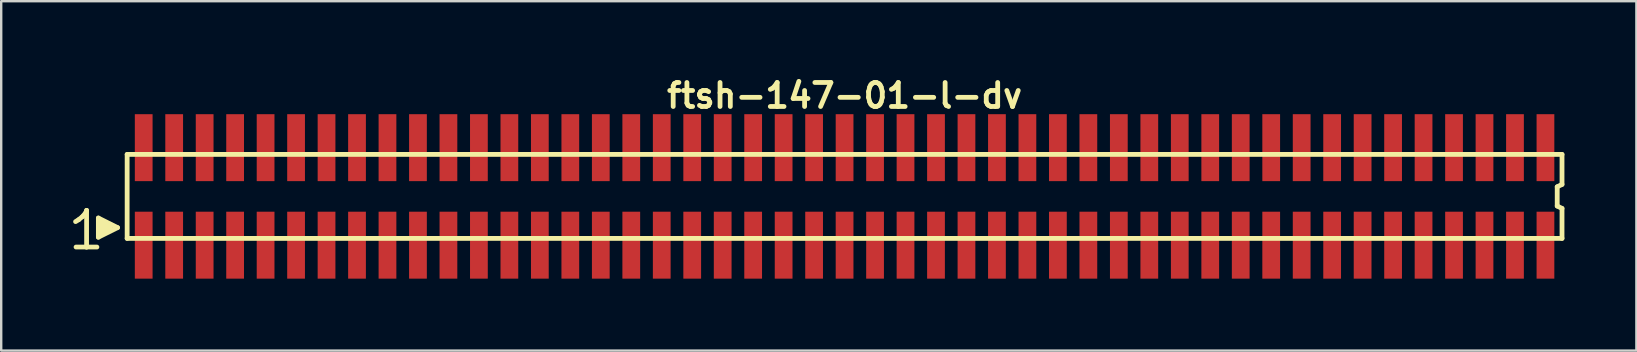
<source format=kicad_pcb>
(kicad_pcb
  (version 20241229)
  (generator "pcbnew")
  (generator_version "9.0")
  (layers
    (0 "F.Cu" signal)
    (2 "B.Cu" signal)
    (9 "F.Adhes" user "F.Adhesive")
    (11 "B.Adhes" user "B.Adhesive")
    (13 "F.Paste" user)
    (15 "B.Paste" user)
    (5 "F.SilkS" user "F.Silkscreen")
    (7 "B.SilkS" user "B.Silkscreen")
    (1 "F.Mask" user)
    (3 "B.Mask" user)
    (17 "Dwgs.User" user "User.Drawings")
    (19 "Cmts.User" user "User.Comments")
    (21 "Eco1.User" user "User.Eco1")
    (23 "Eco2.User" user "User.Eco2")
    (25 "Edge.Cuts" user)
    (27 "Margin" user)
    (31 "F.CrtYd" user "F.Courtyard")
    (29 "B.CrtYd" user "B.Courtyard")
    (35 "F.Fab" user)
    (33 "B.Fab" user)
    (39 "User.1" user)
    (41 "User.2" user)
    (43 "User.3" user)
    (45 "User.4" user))
  (footprint "ftsh-147-01-l-dv"
    (layer "F.Cu")
    (at 32.149 5.136)
    (property "Reference" "ftsh-147-01-l-dv" (at 0 -4.2 0) (layer "F.SilkS") (effects (font (size 1 1) (thickness 0.2))))
    (attr smd)
    (fp_line (start -32.05 1.05) (end -31.92 0.97) (stroke (width 0.198) (type solid)) (layer "F.SilkS"))
    (fp_line (start -31.92 0.97) (end -31.76 0.84) (stroke (width 0.198) (type solid)) (layer "F.SilkS"))
    (fp_line (start -31.76 0.84) (end -31.62 0.67) (stroke (width 0.198) (type solid)) (layer "F.SilkS"))
    (fp_line (start -31.62 0.67) (end -31.59 0.58) (stroke (width 0.198) (type solid)) (layer "F.SilkS"))
    (fp_line (start -31.59 0.58) (end -31.59 2.11) (stroke (width 0.198) (type solid)) (layer "F.SilkS"))
    (fp_line (start -31.59 2.11) (end -32.03 2.11) (stroke (width 0.198) (type solid)) (layer "F.SilkS"))
    (fp_line (start -31.16 2.11) (end -31.6 2.11) (stroke (width 0.198) (type solid)) (layer "F.SilkS"))
    (fp_line (start -31.1 0.9) (end -30.3 1.3) (stroke (width 0.198) (type solid)) (layer "F.SilkS"))
    (fp_line (start -31.1 1.7) (end -31.1 0.9) (stroke (width 0.198) (type solid)) (layer "F.SilkS"))
    (fp_line (start -31 1.6) (end -31 1) (stroke (width 0.198) (type solid)) (layer "F.SilkS"))
    (fp_line (start -30.9 1.1) (end -30.9 1.5) (stroke (width 0.198) (type solid)) (layer "F.SilkS"))
    (fp_line (start -30.8 1.5) (end -30.8 1.1) (stroke (width 0.198) (type solid)) (layer "F.SilkS"))
    (fp_line (start -30.7 1.2) (end -30.7 1.4) (stroke (width 0.198) (type solid)) (layer "F.SilkS"))
    (fp_line (start -30.6 1.4) (end -30.6 1.2) (stroke (width 0.198) (type solid)) (layer "F.SilkS"))
    (fp_line (start -30.3 1.3) (end -31.1 1.7) (stroke (width 0.198) (type solid)) (layer "F.SilkS"))
    (fp_line (start -29.9 -1.75) (end -29.9 1.75) (stroke (width 0.2) (type solid)) (layer "F.SilkS"))
    (fp_line (start -29.9 -1.75) (end 29.9 -1.75) (stroke (width 0.2) (type solid)) (layer "F.SilkS"))
    (fp_line (start -29.9 1.75) (end 29.9 1.75) (stroke (width 0.2) (type solid)) (layer "F.SilkS"))
    (fp_line (start 29.7 -0.4) (end 29.7 0.4) (stroke (width 0.2) (type solid)) (layer "F.SilkS"))
    (fp_line (start 29.7 0.4) (end 29.9 0.5) (stroke (width 0.2) (type solid)) (layer "F.SilkS"))
    (fp_line (start 29.9 -1.75) (end 29.9 -0.5) (stroke (width 0.2) (type solid)) (layer "F.SilkS"))
    (fp_line (start 29.9 -0.5) (end 29.7 -0.4) (stroke (width 0.2) (type solid)) (layer "F.SilkS"))
    (fp_line (start 29.9 0.5) (end 29.9 1.75) (stroke (width 0.2) (type solid)) (layer "F.SilkS"))
    (pad "1" smd rect (at -29.21 2.032) (size 0.74 2.79) (layers "F.Cu" "F.Mask" "F.Paste"))
    (pad "2" smd rect (at -29.21 -2.032) (size 0.74 2.79) (layers "F.Cu" "F.Mask" "F.Paste"))
    (pad "3" smd rect (at -27.94 2.032) (size 0.74 2.79) (layers "F.Cu" "F.Mask" "F.Paste"))
    (pad "4" smd rect (at -27.94 -2.032) (size 0.74 2.79) (layers "F.Cu" "F.Mask" "F.Paste"))
    (pad "5" smd rect (at -26.67 2.032) (size 0.74 2.79) (layers "F.Cu" "F.Mask" "F.Paste"))
    (pad "6" smd rect (at -26.67 -2.032) (size 0.74 2.79) (layers "F.Cu" "F.Mask" "F.Paste"))
    (pad "7" smd rect (at -25.4 2.032) (size 0.74 2.79) (layers "F.Cu" "F.Mask" "F.Paste"))
    (pad "8" smd rect (at -25.4 -2.032) (size 0.74 2.79) (layers "F.Cu" "F.Mask" "F.Paste"))
    (pad "9" smd rect (at -24.13 2.032) (size 0.74 2.79) (layers "F.Cu" "F.Mask" "F.Paste"))
    (pad "10" smd rect (at -24.13 -2.032) (size 0.74 2.79) (layers "F.Cu" "F.Mask" "F.Paste"))
    (pad "11" smd rect (at -22.86 2.032) (size 0.74 2.79) (layers "F.Cu" "F.Mask" "F.Paste"))
    (pad "12" smd rect (at -22.86 -2.032) (size 0.74 2.79) (layers "F.Cu" "F.Mask" "F.Paste"))
    (pad "13" smd rect (at -21.59 2.032) (size 0.74 2.79) (layers "F.Cu" "F.Mask" "F.Paste"))
    (pad "14" smd rect (at -21.59 -2.032) (size 0.74 2.79) (layers "F.Cu" "F.Mask" "F.Paste"))
    (pad "15" smd rect (at -20.32 2.032) (size 0.74 2.79) (layers "F.Cu" "F.Mask" "F.Paste"))
    (pad "16" smd rect (at -20.32 -2.032) (size 0.74 2.79) (layers "F.Cu" "F.Mask" "F.Paste"))
    (pad "17" smd rect (at -19.05 2.032) (size 0.74 2.79) (layers "F.Cu" "F.Mask" "F.Paste"))
    (pad "18" smd rect (at -19.05 -2.032) (size 0.74 2.79) (layers "F.Cu" "F.Mask" "F.Paste"))
    (pad "19" smd rect (at -17.78 2.032) (size 0.74 2.79) (layers "F.Cu" "F.Mask" "F.Paste"))
    (pad "20" smd rect (at -17.78 -2.032) (size 0.74 2.79) (layers "F.Cu" "F.Mask" "F.Paste"))
    (pad "21" smd rect (at -16.51 2.032) (size 0.74 2.79) (layers "F.Cu" "F.Mask" "F.Paste"))
    (pad "22" smd rect (at -16.51 -2.032) (size 0.74 2.79) (layers "F.Cu" "F.Mask" "F.Paste"))
    (pad "23" smd rect (at -15.24 2.032) (size 0.74 2.79) (layers "F.Cu" "F.Mask" "F.Paste"))
    (pad "24" smd rect (at -15.24 -2.032) (size 0.74 2.79) (layers "F.Cu" "F.Mask" "F.Paste"))
    (pad "25" smd rect (at -13.97 2.032) (size 0.74 2.79) (layers "F.Cu" "F.Mask" "F.Paste"))
    (pad "26" smd rect (at -13.97 -2.032) (size 0.74 2.79) (layers "F.Cu" "F.Mask" "F.Paste"))
    (pad "27" smd rect (at -12.7 2.032) (size 0.74 2.79) (layers "F.Cu" "F.Mask" "F.Paste"))
    (pad "28" smd rect (at -12.7 -2.032) (size 0.74 2.79) (layers "F.Cu" "F.Mask" "F.Paste"))
    (pad "29" smd rect (at -11.43 2.032) (size 0.74 2.79) (layers "F.Cu" "F.Mask" "F.Paste"))
    (pad "30" smd rect (at -11.43 -2.032) (size 0.74 2.79) (layers "F.Cu" "F.Mask" "F.Paste"))
    (pad "31" smd rect (at -10.16 2.032) (size 0.74 2.79) (layers "F.Cu" "F.Mask" "F.Paste"))
    (pad "32" smd rect (at -10.16 -2.032) (size 0.74 2.79) (layers "F.Cu" "F.Mask" "F.Paste"))
    (pad "33" smd rect (at -8.89 2.032) (size 0.74 2.79) (layers "F.Cu" "F.Mask" "F.Paste"))
    (pad "34" smd rect (at -8.89 -2.032) (size 0.74 2.79) (layers "F.Cu" "F.Mask" "F.Paste"))
    (pad "35" smd rect (at -7.62 2.032) (size 0.74 2.79) (layers "F.Cu" "F.Mask" "F.Paste"))
    (pad "36" smd rect (at -7.62 -2.032) (size 0.74 2.79) (layers "F.Cu" "F.Mask" "F.Paste"))
    (pad "37" smd rect (at -6.35 2.032) (size 0.74 2.79) (layers "F.Cu" "F.Mask" "F.Paste"))
    (pad "38" smd rect (at -6.35 -2.032) (size 0.74 2.79) (layers "F.Cu" "F.Mask" "F.Paste"))
    (pad "39" smd rect (at -5.08 2.032) (size 0.74 2.79) (layers "F.Cu" "F.Mask" "F.Paste"))
    (pad "40" smd rect (at -5.08 -2.032) (size 0.74 2.79) (layers "F.Cu" "F.Mask" "F.Paste"))
    (pad "41" smd rect (at -3.81 2.032) (size 0.74 2.79) (layers "F.Cu" "F.Mask" "F.Paste"))
    (pad "42" smd rect (at -3.81 -2.032) (size 0.74 2.79) (layers "F.Cu" "F.Mask" "F.Paste"))
    (pad "43" smd rect (at -2.54 2.032) (size 0.74 2.79) (layers "F.Cu" "F.Mask" "F.Paste"))
    (pad "44" smd rect (at -2.54 -2.032) (size 0.74 2.79) (layers "F.Cu" "F.Mask" "F.Paste"))
    (pad "45" smd rect (at -1.27 2.032) (size 0.74 2.79) (layers "F.Cu" "F.Mask" "F.Paste"))
    (pad "46" smd rect (at -1.27 -2.032) (size 0.74 2.79) (layers "F.Cu" "F.Mask" "F.Paste"))
    (pad "47" smd rect (at 0 2.032) (size 0.74 2.79) (layers "F.Cu" "F.Mask" "F.Paste"))
    (pad "48" smd rect (at 0 -2.032) (size 0.74 2.79) (layers "F.Cu" "F.Mask" "F.Paste"))
    (pad "49" smd rect (at 1.27 2.032) (size 0.74 2.79) (layers "F.Cu" "F.Mask" "F.Paste"))
    (pad "50" smd rect (at 1.27 -2.032) (size 0.74 2.79) (layers "F.Cu" "F.Mask" "F.Paste"))
    (pad "51" smd rect (at 2.54 2.032) (size 0.74 2.79) (layers "F.Cu" "F.Mask" "F.Paste"))
    (pad "52" smd rect (at 2.54 -2.032) (size 0.74 2.79) (layers "F.Cu" "F.Mask" "F.Paste"))
    (pad "53" smd rect (at 3.81 2.032) (size 0.74 2.79) (layers "F.Cu" "F.Mask" "F.Paste"))
    (pad "54" smd rect (at 3.81 -2.032) (size 0.74 2.79) (layers "F.Cu" "F.Mask" "F.Paste"))
    (pad "55" smd rect (at 5.08 2.032) (size 0.74 2.79) (layers "F.Cu" "F.Mask" "F.Paste"))
    (pad "56" smd rect (at 5.08 -2.032) (size 0.74 2.79) (layers "F.Cu" "F.Mask" "F.Paste"))
    (pad "57" smd rect (at 6.35 2.032) (size 0.74 2.79) (layers "F.Cu" "F.Mask" "F.Paste"))
    (pad "58" smd rect (at 6.35 -2.032) (size 0.74 2.79) (layers "F.Cu" "F.Mask" "F.Paste"))
    (pad "59" smd rect (at 7.62 2.032) (size 0.74 2.79) (layers "F.Cu" "F.Mask" "F.Paste"))
    (pad "60" smd rect (at 7.62 -2.032) (size 0.74 2.79) (layers "F.Cu" "F.Mask" "F.Paste"))
    (pad "61" smd rect (at 8.89 2.032) (size 0.74 2.79) (layers "F.Cu" "F.Mask" "F.Paste"))
    (pad "62" smd rect (at 8.89 -2.032) (size 0.74 2.79) (layers "F.Cu" "F.Mask" "F.Paste"))
    (pad "63" smd rect (at 10.16 2.032) (size 0.74 2.79) (layers "F.Cu" "F.Mask" "F.Paste"))
    (pad "64" smd rect (at 10.16 -2.032) (size 0.74 2.79) (layers "F.Cu" "F.Mask" "F.Paste"))
    (pad "65" smd rect (at 11.43 2.032) (size 0.74 2.79) (layers "F.Cu" "F.Mask" "F.Paste"))
    (pad "66" smd rect (at 11.43 -2.032) (size 0.74 2.79) (layers "F.Cu" "F.Mask" "F.Paste"))
    (pad "67" smd rect (at 12.7 2.032) (size 0.74 2.79) (layers "F.Cu" "F.Mask" "F.Paste"))
    (pad "68" smd rect (at 12.7 -2.032) (size 0.74 2.79) (layers "F.Cu" "F.Mask" "F.Paste"))
    (pad "69" smd rect (at 13.97 2.032) (size 0.74 2.79) (layers "F.Cu" "F.Mask" "F.Paste"))
    (pad "70" smd rect (at 13.97 -2.032) (size 0.74 2.79) (layers "F.Cu" "F.Mask" "F.Paste"))
    (pad "71" smd rect (at 15.24 2.032) (size 0.74 2.79) (layers "F.Cu" "F.Mask" "F.Paste"))
    (pad "72" smd rect (at 15.24 -2.032) (size 0.74 2.79) (layers "F.Cu" "F.Mask" "F.Paste"))
    (pad "73" smd rect (at 16.51 2.032) (size 0.74 2.79) (layers "F.Cu" "F.Mask" "F.Paste"))
    (pad "74" smd rect (at 16.51 -2.032) (size 0.74 2.79) (layers "F.Cu" "F.Mask" "F.Paste"))
    (pad "75" smd rect (at 17.78 2.032) (size 0.74 2.79) (layers "F.Cu" "F.Mask" "F.Paste"))
    (pad "76" smd rect (at 17.78 -2.032) (size 0.74 2.79) (layers "F.Cu" "F.Mask" "F.Paste"))
    (pad "77" smd rect (at 19.05 2.032) (size 0.74 2.79) (layers "F.Cu" "F.Mask" "F.Paste"))
    (pad "78" smd rect (at 19.05 -2.032) (size 0.74 2.79) (layers "F.Cu" "F.Mask" "F.Paste"))
    (pad "79" smd rect (at 20.32 2.032) (size 0.74 2.79) (layers "F.Cu" "F.Mask" "F.Paste"))
    (pad "80" smd rect (at 20.32 -2.032) (size 0.74 2.79) (layers "F.Cu" "F.Mask" "F.Paste"))
    (pad "81" smd rect (at 21.59 2.032) (size 0.74 2.79) (layers "F.Cu" "F.Mask" "F.Paste"))
    (pad "82" smd rect (at 21.59 -2.032) (size 0.74 2.79) (layers "F.Cu" "F.Mask" "F.Paste"))
    (pad "83" smd rect (at 22.86 2.032) (size 0.74 2.79) (layers "F.Cu" "F.Mask" "F.Paste"))
    (pad "84" smd rect (at 22.86 -2.032) (size 0.74 2.79) (layers "F.Cu" "F.Mask" "F.Paste"))
    (pad "85" smd rect (at 24.13 2.032) (size 0.74 2.79) (layers "F.Cu" "F.Mask" "F.Paste"))
    (pad "86" smd rect (at 24.13 -2.032) (size 0.74 2.79) (layers "F.Cu" "F.Mask" "F.Paste"))
    (pad "87" smd rect (at 25.4 2.032) (size 0.74 2.79) (layers "F.Cu" "F.Mask" "F.Paste"))
    (pad "88" smd rect (at 25.4 -2.032) (size 0.74 2.79) (layers "F.Cu" "F.Mask" "F.Paste"))
    (pad "89" smd rect (at 26.67 2.032) (size 0.74 2.79) (layers "F.Cu" "F.Mask" "F.Paste"))
    (pad "90" smd rect (at 26.67 -2.032) (size 0.74 2.79) (layers "F.Cu" "F.Mask" "F.Paste"))
    (pad "91" smd rect (at 27.94 2.032) (size 0.74 2.79) (layers "F.Cu" "F.Mask" "F.Paste"))
    (pad "92" smd rect (at 27.94 -2.032) (size 0.74 2.79) (layers "F.Cu" "F.Mask" "F.Paste"))
    (pad "93" smd rect (at 29.21 2.032) (size 0.74 2.79) (layers "F.Cu" "F.Mask" "F.Paste"))
    (pad "94" smd rect (at 29.21 -2.032) (size 0.74 2.79) (layers "F.Cu" "F.Mask" "F.Paste")))
  (gr_rect
    (start -3 -3)
    (end 65.149 11.563)
    (stroke (width 0.1) (type default))
    (fill no)
    (layer "Edge.Cuts")))
</source>
